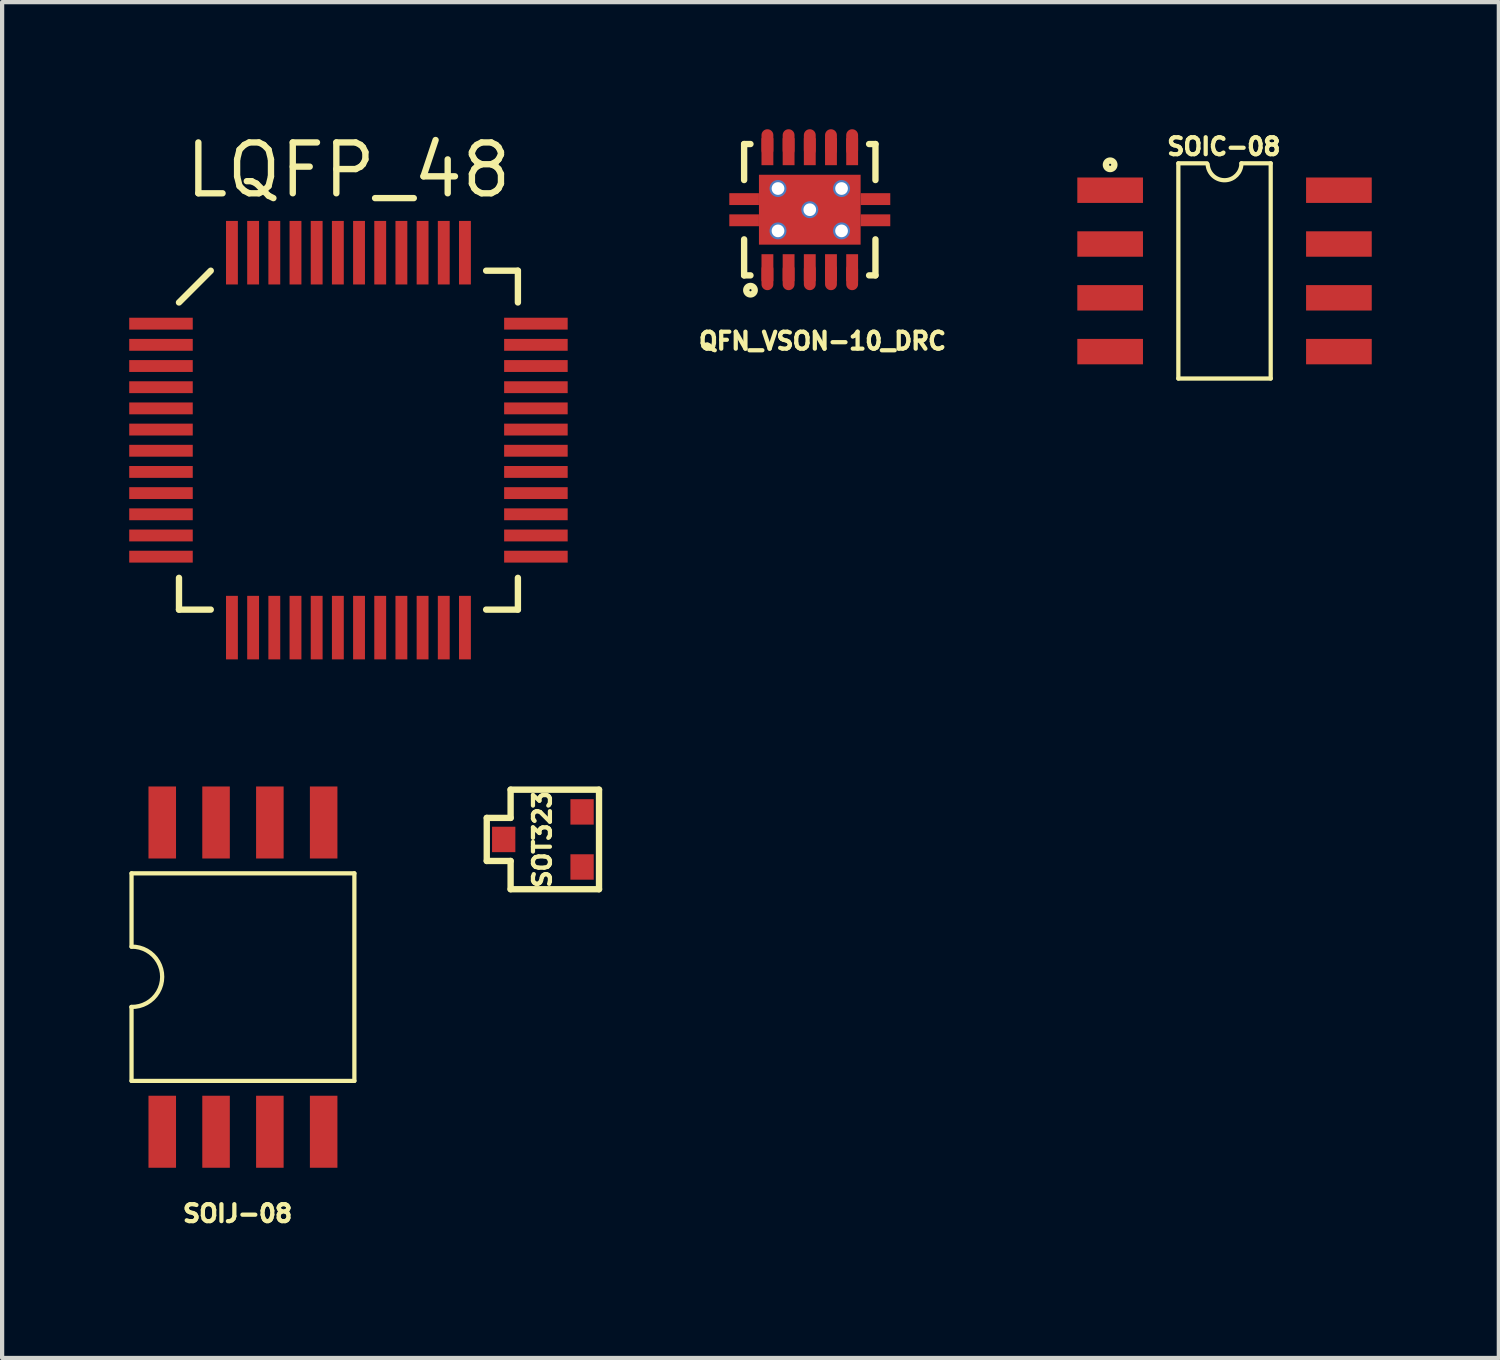
<source format=kicad_pcb>
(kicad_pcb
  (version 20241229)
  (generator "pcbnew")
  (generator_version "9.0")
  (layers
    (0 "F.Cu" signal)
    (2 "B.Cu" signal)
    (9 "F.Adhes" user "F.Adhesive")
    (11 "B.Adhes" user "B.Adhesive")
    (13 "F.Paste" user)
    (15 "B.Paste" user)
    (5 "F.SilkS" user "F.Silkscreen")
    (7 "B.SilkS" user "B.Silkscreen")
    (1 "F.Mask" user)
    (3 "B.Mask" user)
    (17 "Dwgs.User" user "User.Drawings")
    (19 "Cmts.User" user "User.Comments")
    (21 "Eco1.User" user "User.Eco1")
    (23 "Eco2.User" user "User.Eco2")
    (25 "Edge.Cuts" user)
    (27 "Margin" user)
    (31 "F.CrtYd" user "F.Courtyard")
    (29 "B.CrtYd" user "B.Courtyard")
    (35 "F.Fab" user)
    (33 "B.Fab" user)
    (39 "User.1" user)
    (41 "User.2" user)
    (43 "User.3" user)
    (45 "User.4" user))
  (footprint "SOIC-08"
    (layer "F.Cu")
    (at 25.855 3.345)
    (property "Reference" "SOIC-08" (at -0.016 -2.935 0) (layer "F.SilkS") (effects (font (size 0.4 0.4) (thickness 0.1))))
    (attr through_hole)
    (fp_line (start -1.09 -2.54) (end -0.414 -2.54) (stroke (width 0.1) (type solid)) (layer "F.SilkS"))
    (fp_line (start -1.09 2.54) (end -1.09 -2.54) (stroke (width 0.1) (type solid)) (layer "F.SilkS"))
    (fp_line (start -1.09 2.54) (end 1.09 2.54) (stroke (width 0.1) (type solid)) (layer "F.SilkS"))
    (fp_line (start 0.399 -2.54) (end 1.09 -2.54) (stroke (width 0.1) (type solid)) (layer "F.SilkS"))
    (fp_line (start 1.09 2.54) (end 1.09 -2.54) (stroke (width 0.1) (type solid)) (layer "F.SilkS"))
    (fp_arc (start 0.3988 -2.54) (mid 0.012216 -2.141387) (end -0.398052 -2.515579) (stroke (width 0.1) (type solid)) (layer "F.SilkS"))
    (fp_circle (center -2.7 -2.505) (end -2.7 -2.605) (stroke (width 0.15) (type solid)) (fill no) (layer "F.SilkS"))
    (pad "1" smd rect (at -2.7 -1.905) (size 1.55 0.6) (layers "F.Cu" "F.Mask" "F.Paste"))
    (pad "2" smd rect (at -2.7 -0.635) (size 1.55 0.6) (layers "F.Cu" "F.Mask" "F.Paste"))
    (pad "3" smd rect (at -2.7 0.635) (size 1.55 0.6) (layers "F.Cu" "F.Mask" "F.Paste"))
    (pad "4" smd rect (at -2.7 1.905) (size 1.55 0.6) (layers "F.Cu" "F.Mask" "F.Paste"))
    (pad "5" smd rect (at 2.7 1.905) (size 1.55 0.6) (layers "F.Cu" "F.Mask" "F.Paste"))
    (pad "6" smd rect (at 2.7 0.635) (size 1.55 0.6) (layers "F.Cu" "F.Mask" "F.Paste"))
    (pad "7" smd rect (at 2.7 -0.635) (size 1.55 0.6) (layers "F.Cu" "F.Mask" "F.Paste"))
    (pad "8" smd rect (at 2.7 -1.905) (size 1.55 0.6) (layers "F.Cu" "F.Mask" "F.Paste")))
  (footprint "SOIJ-08"
    (layer "F.Cu")
    (at 0.78 23.665)
    (property "Reference" "SOIJ-08" (at 1.778 1.93 0) (layer "F.SilkS") (effects (font (size 0.4 0.4) (thickness 0.1))))
    (attr through_hole)
    (fp_line (start -0.725 -6.1) (end 4.535 -6.1) (stroke (width 0.1) (type solid)) (layer "F.SilkS"))
    (fp_line (start -0.725 -4.369) (end -0.725 -6.1) (stroke (width 0.1) (type solid)) (layer "F.SilkS"))
    (fp_line (start -0.725 -1.2) (end -0.725 -2.946) (stroke (width 0.1) (type solid)) (layer "F.SilkS"))
    (fp_line (start -0.725 -1.2) (end 4.535 -1.2) (stroke (width 0.1) (type solid)) (layer "F.SilkS"))
    (fp_line (start 4.535 -1.2) (end 4.535 -6.1) (stroke (width 0.1) (type solid)) (layer "F.SilkS"))
    (fp_arc (start -0.725 -4.3688) (mid 0.00013 -3.655261) (end -0.729676 -2.946506) (stroke (width 0.1) (type solid)) (layer "F.SilkS"))
    (pad "1" smd rect (at 0 0) (size 0.65 1.7) (layers "F.Cu" "F.Mask" "F.Paste"))
    (pad "2" smd rect (at 1.27 0) (size 0.65 1.7) (layers "F.Cu" "F.Mask" "F.Paste"))
    (pad "3" smd rect (at 2.54 0) (size 0.65 1.7) (layers "F.Cu" "F.Mask" "F.Paste"))
    (pad "4" smd rect (at 3.81 0) (size 0.65 1.7) (layers "F.Cu" "F.Mask" "F.Paste"))
    (pad "5" smd rect (at 3.81 -7.3) (size 0.65 1.7) (layers "F.Cu" "F.Mask" "F.Paste"))
    (pad "6" smd rect (at 2.54 -7.3) (size 0.65 1.7) (layers "F.Cu" "F.Mask" "F.Paste"))
    (pad "7" smd rect (at 1.27 -7.3) (size 0.65 1.7) (layers "F.Cu" "F.Mask" "F.Paste"))
    (pad "8" smd rect (at 0 -7.3) (size 0.65 1.7) (layers "F.Cu" "F.Mask" "F.Paste")))
  (footprint "QFN_VSON-10_DRC"
    (layer "F.Cu")
    (at 16.065 1.9)
    (property "Reference" "QFN_VSON-10_DRC" (at 0.3 3.1 0) (layer "F.SilkS") (effects (font (size 0.4 0.4) (thickness 0.1))))
    (attr through_hole)
    (fp_line (start -1.55 -1.55) (end -1.55 -0.7) (stroke (width 0.15) (type solid)) (layer "F.SilkS"))
    (fp_line (start -1.55 -1.55) (end -1.4 -1.55) (stroke (width 0.15) (type solid)) (layer "F.SilkS"))
    (fp_line (start -1.55 0.7) (end -1.55 1.55) (stroke (width 0.15) (type solid)) (layer "F.SilkS"))
    (fp_line (start -1.55 1.55) (end -1.4 1.55) (stroke (width 0.15) (type solid)) (layer "F.SilkS"))
    (fp_line (start 1.55 -1.55) (end 1.4 -1.55) (stroke (width 0.15) (type solid)) (layer "F.SilkS"))
    (fp_line (start 1.55 -1.55) (end 1.55 -0.7) (stroke (width 0.15) (type solid)) (layer "F.SilkS"))
    (fp_line (start 1.55 0.7) (end 1.55 1.55) (stroke (width 0.15) (type solid)) (layer "F.SilkS"))
    (fp_line (start 1.55 1.55) (end 1.4 1.55) (stroke (width 0.15) (type solid)) (layer "F.SilkS"))
    (fp_circle (center -1.4 1.9) (end -1.5 1.9) (stroke (width 0.15) (type solid)) (fill no) (layer "F.SilkS"))
    (pad "1" smd rect (at -1 1.369) (size 0.28 0.637) (layers "F.Cu" "F.Mask" "F.Paste"))
    (pad "1" smd oval (at -1 1.581) (size 0.28 0.637) (layers "F.Cu" "F.Mask" "F.Paste"))
    (pad "2" smd rect (at -0.5 1.369) (size 0.28 0.637) (layers "F.Cu" "F.Mask" "F.Paste"))
    (pad "2" smd oval (at -0.5 1.581) (size 0.28 0.637) (layers "F.Cu" "F.Mask" "F.Paste"))
    (pad "3" smd rect (at 0 1.369) (size 0.28 0.637) (layers "F.Cu" "F.Mask" "F.Paste"))
    (pad "3" smd oval (at 0 1.581) (size 0.28 0.637) (layers "F.Cu" "F.Mask" "F.Paste"))
    (pad "4" smd rect (at 0.5 1.369) (size 0.28 0.637) (layers "F.Cu" "F.Mask" "F.Paste"))
    (pad "4" smd oval (at 0.5 1.581) (size 0.28 0.637) (layers "F.Cu" "F.Mask" "F.Paste"))
    (pad "5" smd rect (at 1 1.369) (size 0.28 0.637) (layers "F.Cu" "F.Mask" "F.Paste"))
    (pad "5" smd oval (at 1 1.581) (size 0.28 0.637) (layers "F.Cu" "F.Mask" "F.Paste"))
    (pad "6" smd oval (at 1 -1.581) (size 0.28 0.637) (layers "F.Cu" "F.Mask" "F.Paste"))
    (pad "6" smd rect (at 1 -1.369) (size 0.28 0.637) (layers "F.Cu" "F.Mask" "F.Paste"))
    (pad "7" smd oval (at 0.5 -1.581) (size 0.28 0.637) (layers "F.Cu" "F.Mask" "F.Paste"))
    (pad "7" smd rect (at 0.5 -1.369) (size 0.28 0.637) (layers "F.Cu" "F.Mask" "F.Paste"))
    (pad "8" smd oval (at 0 -1.581) (size 0.28 0.637) (layers "F.Cu" "F.Mask" "F.Paste"))
    (pad "8" smd rect (at 0 -1.369) (size 0.28 0.637) (layers "F.Cu" "F.Mask" "F.Paste"))
    (pad "9" smd oval (at -0.5 -1.581) (size 0.28 0.637) (layers "F.Cu" "F.Mask" "F.Paste"))
    (pad "9" smd rect (at -0.5 -1.369) (size 0.28 0.637) (layers "F.Cu" "F.Mask" "F.Paste"))
    (pad "10" smd oval (at -1 -1.581) (size 0.28 0.637) (layers "F.Cu" "F.Mask" "F.Paste"))
    (pad "10" smd rect (at -1 -1.369) (size 0.28 0.637) (layers "F.Cu" "F.Mask" "F.Paste"))
    (pad "11" smd rect (at -1.55 -0.25) (size 0.7 0.28) (layers "F.Cu" "F.Mask" "F.Paste"))
    (pad "11" smd rect (at -1.55 0.25) (size 0.7 0.28) (layers "F.Cu" "F.Mask" "F.Paste"))
    (pad "11" thru_hole circle (at -0.75 -0.5) (size 0.4 0.4) (drill 0.3) (layers "*.Cu" "*.Mask"))
    (pad "11" thru_hole circle (at -0.75 0.5) (size 0.4 0.4) (drill 0.3) (layers "*.Cu" "*.Mask"))
    (pad "11" thru_hole circle (at 0 0) (size 0.4 0.4) (drill 0.3) (layers "*.Cu" "*.Mask"))
    (pad "11" smd rect (at 0 0) (size 2.4 1.65) (layers "F.Cu" "F.Mask" "F.Paste"))
    (pad "11" thru_hole circle (at 0.75 -0.5) (size 0.4 0.4) (drill 0.3) (layers "*.Cu" "*.Mask"))
    (pad "11" thru_hole circle (at 0.75 0.5) (size 0.4 0.4) (drill 0.3) (layers "*.Cu" "*.Mask"))
    (pad "11" smd rect (at 1.55 -0.25) (size 0.7 0.28) (layers "F.Cu" "F.Mask" "F.Paste"))
    (pad "11" smd rect (at 1.55 0.25) (size 0.7 0.28) (layers "F.Cu" "F.Mask" "F.Paste")))
  (footprint "SOT323"
    (layer "F.Cu")
    (at 9.765 16.765)
    (property "Reference" "SOT323" (at -0.014 0 90) (layer "F.SilkS") (effects (font (size 0.4 0.4) (thickness 0.1))))
    (attr smd)
    (fp_line (start -1.325 -0.508) (end -1.325 0.508) (stroke (width 0.15) (type solid)) (layer "F.SilkS"))
    (fp_line (start -1.325 0.508) (end -0.762 0.508) (stroke (width 0.15) (type solid)) (layer "F.SilkS"))
    (fp_line (start -0.762 -1.175) (end -0.762 -0.508) (stroke (width 0.15) (type solid)) (layer "F.SilkS"))
    (fp_line (start -0.762 -0.508) (end -1.325 -0.508) (stroke (width 0.15) (type solid)) (layer "F.SilkS"))
    (fp_line (start -0.762 0.508) (end -0.762 1.175) (stroke (width 0.15) (type solid)) (layer "F.SilkS"))
    (fp_line (start -0.762 1.175) (end 1.325 1.175) (stroke (width 0.15) (type solid)) (layer "F.SilkS"))
    (fp_line (start 1.325 -1.175) (end -0.762 -1.175) (stroke (width 0.15) (type solid)) (layer "F.SilkS"))
    (fp_line (start 1.325 1.175) (end 1.325 -1.175) (stroke (width 0.15) (type solid)) (layer "F.SilkS"))
    (pad "1" smd rect (at 0.925 0.65) (size 0.55 0.6) (layers "F.Cu" "F.Mask" "F.Paste"))
    (pad "2" smd rect (at 0.925 -0.65) (size 0.55 0.6) (layers "F.Cu" "F.Mask" "F.Paste"))
    (pad "3" smd rect (at -0.925 0) (size 0.55 0.6) (layers "F.Cu" "F.Mask" "F.Paste")))
  (footprint "LQFP_48"
    (layer "F.Cu")
    (at 5.175 7.34)
    (property "Reference" "LQFP_48" (at 0 -6.375 0) (layer "F.SilkS") (effects (font (size 1.2 1.2) (thickness 0.15))))
    (attr through_hole)
    (fp_line (start -4 -3.25) (end -3.25 -4) (stroke (width 0.15) (type solid)) (layer "F.SilkS"))
    (fp_line (start -4 4) (end -4 3.25) (stroke (width 0.15) (type solid)) (layer "F.SilkS"))
    (fp_line (start -3.25 4) (end -4 4) (stroke (width 0.15) (type solid)) (layer "F.SilkS"))
    (fp_line (start 3.25 -4) (end 4 -4) (stroke (width 0.15) (type solid)) (layer "F.SilkS"))
    (fp_line (start 3.25 4) (end 4 4) (stroke (width 0.15) (type solid)) (layer "F.SilkS"))
    (fp_line (start 4 -4) (end 4 -3.25) (stroke (width 0.15) (type solid)) (layer "F.SilkS"))
    (fp_line (start 4 4) (end 4 3.25) (stroke (width 0.15) (type solid)) (layer "F.SilkS"))
    (pad "1" smd rect (at -4.425 -2.75 90) (size 0.28 1.5) (layers "F.Cu" "F.Mask" "F.Paste"))
    (pad "2" smd rect (at -4.425 -2.25 90) (size 0.28 1.5) (layers "F.Cu" "F.Mask" "F.Paste"))
    (pad "3" smd rect (at -4.425 -1.75 90) (size 0.28 1.5) (layers "F.Cu" "F.Mask" "F.Paste"))
    (pad "4" smd rect (at -4.425 -1.25 90) (size 0.28 1.5) (layers "F.Cu" "F.Mask" "F.Paste"))
    (pad "5" smd rect (at -4.425 -0.75 90) (size 0.28 1.5) (layers "F.Cu" "F.Mask" "F.Paste"))
    (pad "6" smd rect (at -4.425 -0.25 90) (size 0.28 1.5) (layers "F.Cu" "F.Mask" "F.Paste"))
    (pad "7" smd rect (at -4.425 0.25 90) (size 0.28 1.5) (layers "F.Cu" "F.Mask" "F.Paste"))
    (pad "8" smd rect (at -4.425 0.75 90) (size 0.28 1.5) (layers "F.Cu" "F.Mask" "F.Paste"))
    (pad "9" smd rect (at -4.425 1.25 90) (size 0.28 1.5) (layers "F.Cu" "F.Mask" "F.Paste"))
    (pad "10" smd rect (at -4.425 1.75 90) (size 0.28 1.5) (layers "F.Cu" "F.Mask" "F.Paste"))
    (pad "11" smd rect (at -4.425 2.25 90) (size 0.28 1.5) (layers "F.Cu" "F.Mask" "F.Paste"))
    (pad "12" smd rect (at -4.425 2.75 90) (size 0.28 1.5) (layers "F.Cu" "F.Mask" "F.Paste"))
    (pad "13" smd rect (at -2.75 4.425) (size 0.28 1.5) (layers "F.Cu" "F.Mask" "F.Paste"))
    (pad "14" smd rect (at -2.25 4.425) (size 0.28 1.5) (layers "F.Cu" "F.Mask" "F.Paste"))
    (pad "15" smd rect (at -1.75 4.425) (size 0.28 1.5) (layers "F.Cu" "F.Mask" "F.Paste"))
    (pad "16" smd rect (at -1.25 4.425) (size 0.28 1.5) (layers "F.Cu" "F.Mask" "F.Paste"))
    (pad "17" smd rect (at -0.75 4.425) (size 0.28 1.5) (layers "F.Cu" "F.Mask" "F.Paste"))
    (pad "18" smd rect (at -0.25 4.425) (size 0.28 1.5) (layers "F.Cu" "F.Mask" "F.Paste"))
    (pad "19" smd rect (at 0.25 4.425) (size 0.28 1.5) (layers "F.Cu" "F.Mask" "F.Paste"))
    (pad "20" smd rect (at 0.75 4.425) (size 0.28 1.5) (layers "F.Cu" "F.Mask" "F.Paste"))
    (pad "21" smd rect (at 1.25 4.425) (size 0.28 1.5) (layers "F.Cu" "F.Mask" "F.Paste"))
    (pad "22" smd rect (at 1.75 4.425) (size 0.28 1.5) (layers "F.Cu" "F.Mask" "F.Paste"))
    (pad "23" smd rect (at 2.25 4.425) (size 0.28 1.5) (layers "F.Cu" "F.Mask" "F.Paste"))
    (pad "24" smd rect (at 2.75 4.425) (size 0.28 1.5) (layers "F.Cu" "F.Mask" "F.Paste"))
    (pad "25" smd rect (at 4.425 2.75 90) (size 0.28 1.5) (layers "F.Cu" "F.Mask" "F.Paste"))
    (pad "26" smd rect (at 4.425 2.25 90) (size 0.28 1.5) (layers "F.Cu" "F.Mask" "F.Paste"))
    (pad "27" smd rect (at 4.425 1.75 90) (size 0.28 1.5) (layers "F.Cu" "F.Mask" "F.Paste"))
    (pad "28" smd rect (at 4.425 1.25 90) (size 0.28 1.5) (layers "F.Cu" "F.Mask" "F.Paste"))
    (pad "29" smd rect (at 4.425 0.75 90) (size 0.28 1.5) (layers "F.Cu" "F.Mask" "F.Paste"))
    (pad "30" smd rect (at 4.425 0.25 90) (size 0.28 1.5) (layers "F.Cu" "F.Mask" "F.Paste"))
    (pad "31" smd rect (at 4.425 -0.25 90) (size 0.28 1.5) (layers "F.Cu" "F.Mask" "F.Paste"))
    (pad "32" smd rect (at 4.425 -0.75 90) (size 0.28 1.5) (layers "F.Cu" "F.Mask" "F.Paste"))
    (pad "33" smd rect (at 4.425 -1.25 90) (size 0.28 1.5) (layers "F.Cu" "F.Mask" "F.Paste"))
    (pad "34" smd rect (at 4.425 -1.75 90) (size 0.28 1.5) (layers "F.Cu" "F.Mask" "F.Paste"))
    (pad "35" smd rect (at 4.425 -2.25 90) (size 0.28 1.5) (layers "F.Cu" "F.Mask" "F.Paste"))
    (pad "36" smd rect (at 4.425 -2.75 90) (size 0.28 1.5) (layers "F.Cu" "F.Mask" "F.Paste"))
    (pad "37" smd rect (at 2.75 -4.425) (size 0.28 1.5) (layers "F.Cu" "F.Mask" "F.Paste"))
    (pad "38" smd rect (at 2.25 -4.425) (size 0.28 1.5) (layers "F.Cu" "F.Mask" "F.Paste"))
    (pad "39" smd rect (at 1.75 -4.425) (size 0.28 1.5) (layers "F.Cu" "F.Mask" "F.Paste"))
    (pad "40" smd rect (at 1.25 -4.425) (size 0.28 1.5) (layers "F.Cu" "F.Mask" "F.Paste"))
    (pad "41" smd rect (at 0.75 -4.425) (size 0.28 1.5) (layers "F.Cu" "F.Mask" "F.Paste"))
    (pad "42" smd rect (at 0.25 -4.425) (size 0.28 1.5) (layers "F.Cu" "F.Mask" "F.Paste"))
    (pad "43" smd rect (at -0.25 -4.425) (size 0.28 1.5) (layers "F.Cu" "F.Mask" "F.Paste"))
    (pad "44" smd rect (at -0.75 -4.425) (size 0.28 1.5) (layers "F.Cu" "F.Mask" "F.Paste"))
    (pad "45" smd rect (at -1.25 -4.425) (size 0.28 1.5) (layers "F.Cu" "F.Mask" "F.Paste"))
    (pad "46" smd rect (at -1.75 -4.425) (size 0.28 1.5) (layers "F.Cu" "F.Mask" "F.Paste"))
    (pad "47" smd rect (at -2.25 -4.425) (size 0.28 1.5) (layers "F.Cu" "F.Mask" "F.Paste"))
    (pad "48" smd rect (at -2.75 -4.425) (size 0.28 1.5) (layers "F.Cu" "F.Mask" "F.Paste")))
  (gr_rect
    (start -3 -3)
    (end 32.33 29.005)
    (stroke (width 0.1) (type default))
    (fill no)
    (layer "Edge.Cuts")))
</source>
